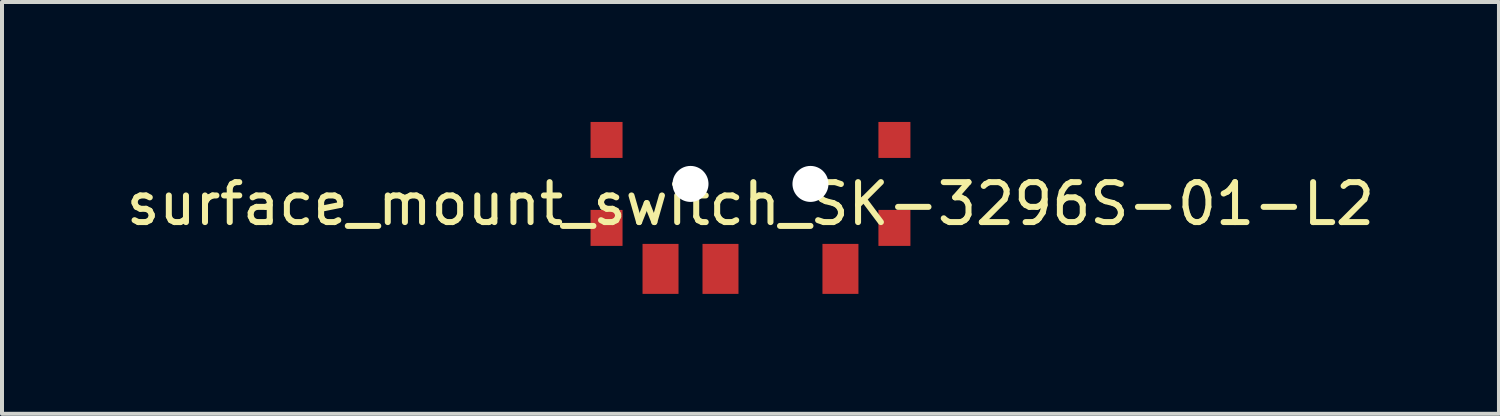
<source format=kicad_pcb>
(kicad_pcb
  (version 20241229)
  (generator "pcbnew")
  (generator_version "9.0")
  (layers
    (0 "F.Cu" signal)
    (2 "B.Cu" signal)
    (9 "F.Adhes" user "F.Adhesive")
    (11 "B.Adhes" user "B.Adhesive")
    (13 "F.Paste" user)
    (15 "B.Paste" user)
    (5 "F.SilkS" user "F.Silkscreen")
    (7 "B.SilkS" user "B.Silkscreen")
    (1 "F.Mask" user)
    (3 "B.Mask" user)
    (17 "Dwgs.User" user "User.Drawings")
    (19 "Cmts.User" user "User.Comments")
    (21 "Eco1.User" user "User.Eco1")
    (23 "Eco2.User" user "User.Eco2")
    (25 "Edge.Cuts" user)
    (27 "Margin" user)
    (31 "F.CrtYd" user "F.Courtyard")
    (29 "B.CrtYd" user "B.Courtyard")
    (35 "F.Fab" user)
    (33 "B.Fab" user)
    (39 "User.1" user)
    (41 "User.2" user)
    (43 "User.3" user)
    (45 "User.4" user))
  (footprint "surface_mount_switch_SK-3296S-01-L2"
    (layer "F.Cu")
    (at 15.72 1.55)
    (property "Reference" "surface_mount_switch_SK-3296S-01-L2" (at 0 0.5 0) (layer "F.SilkS") (effects (font (size 1 1) (thickness 0.15))))
    (attr smd)
    (pad "" smd rect (at -3.6 -1.1 180) (size 0.8 0.9) (layers "F.Cu" "F.Mask" "F.Paste"))
    (pad "" smd rect (at -3.6 1.1 180) (size 0.8 0.9) (layers "F.Cu" "F.Mask" "F.Paste"))
    (pad "" np_thru_hole circle (at -1.5 0 180) (size 0.9 0.9) (drill 0.9) (layers "*.Cu" "*.Mask"))
    (pad "" np_thru_hole circle (at 1.5 0 180) (size 0.9 0.9) (drill 0.9) (layers "*.Cu" "*.Mask"))
    (pad "" smd rect (at 3.6 -1.1) (size 0.8 0.9) (layers "F.Cu" "F.Mask" "F.Paste"))
    (pad "" smd rect (at 3.6 1.1 180) (size 0.8 0.9) (layers "F.Cu" "F.Mask" "F.Paste"))
    (pad "1" smd rect (at -0.75 2.125 180) (size 0.9 1.25) (layers "F.Cu" "F.Mask" "F.Paste"))
    (pad "2" smd rect (at 2.25 2.125 180) (size 0.9 1.25) (layers "F.Cu" "F.Mask" "F.Paste"))
    (pad "3" smd rect (at -2.25 2.125 180) (size 0.9 1.25) (layers "F.Cu" "F.Mask" "F.Paste")))
  (gr_rect
    (start -3 -3)
    (end 34.44 7.3)
    (stroke (width 0.1) (type default))
    (fill no)
    (layer "Edge.Cuts")))
</source>
